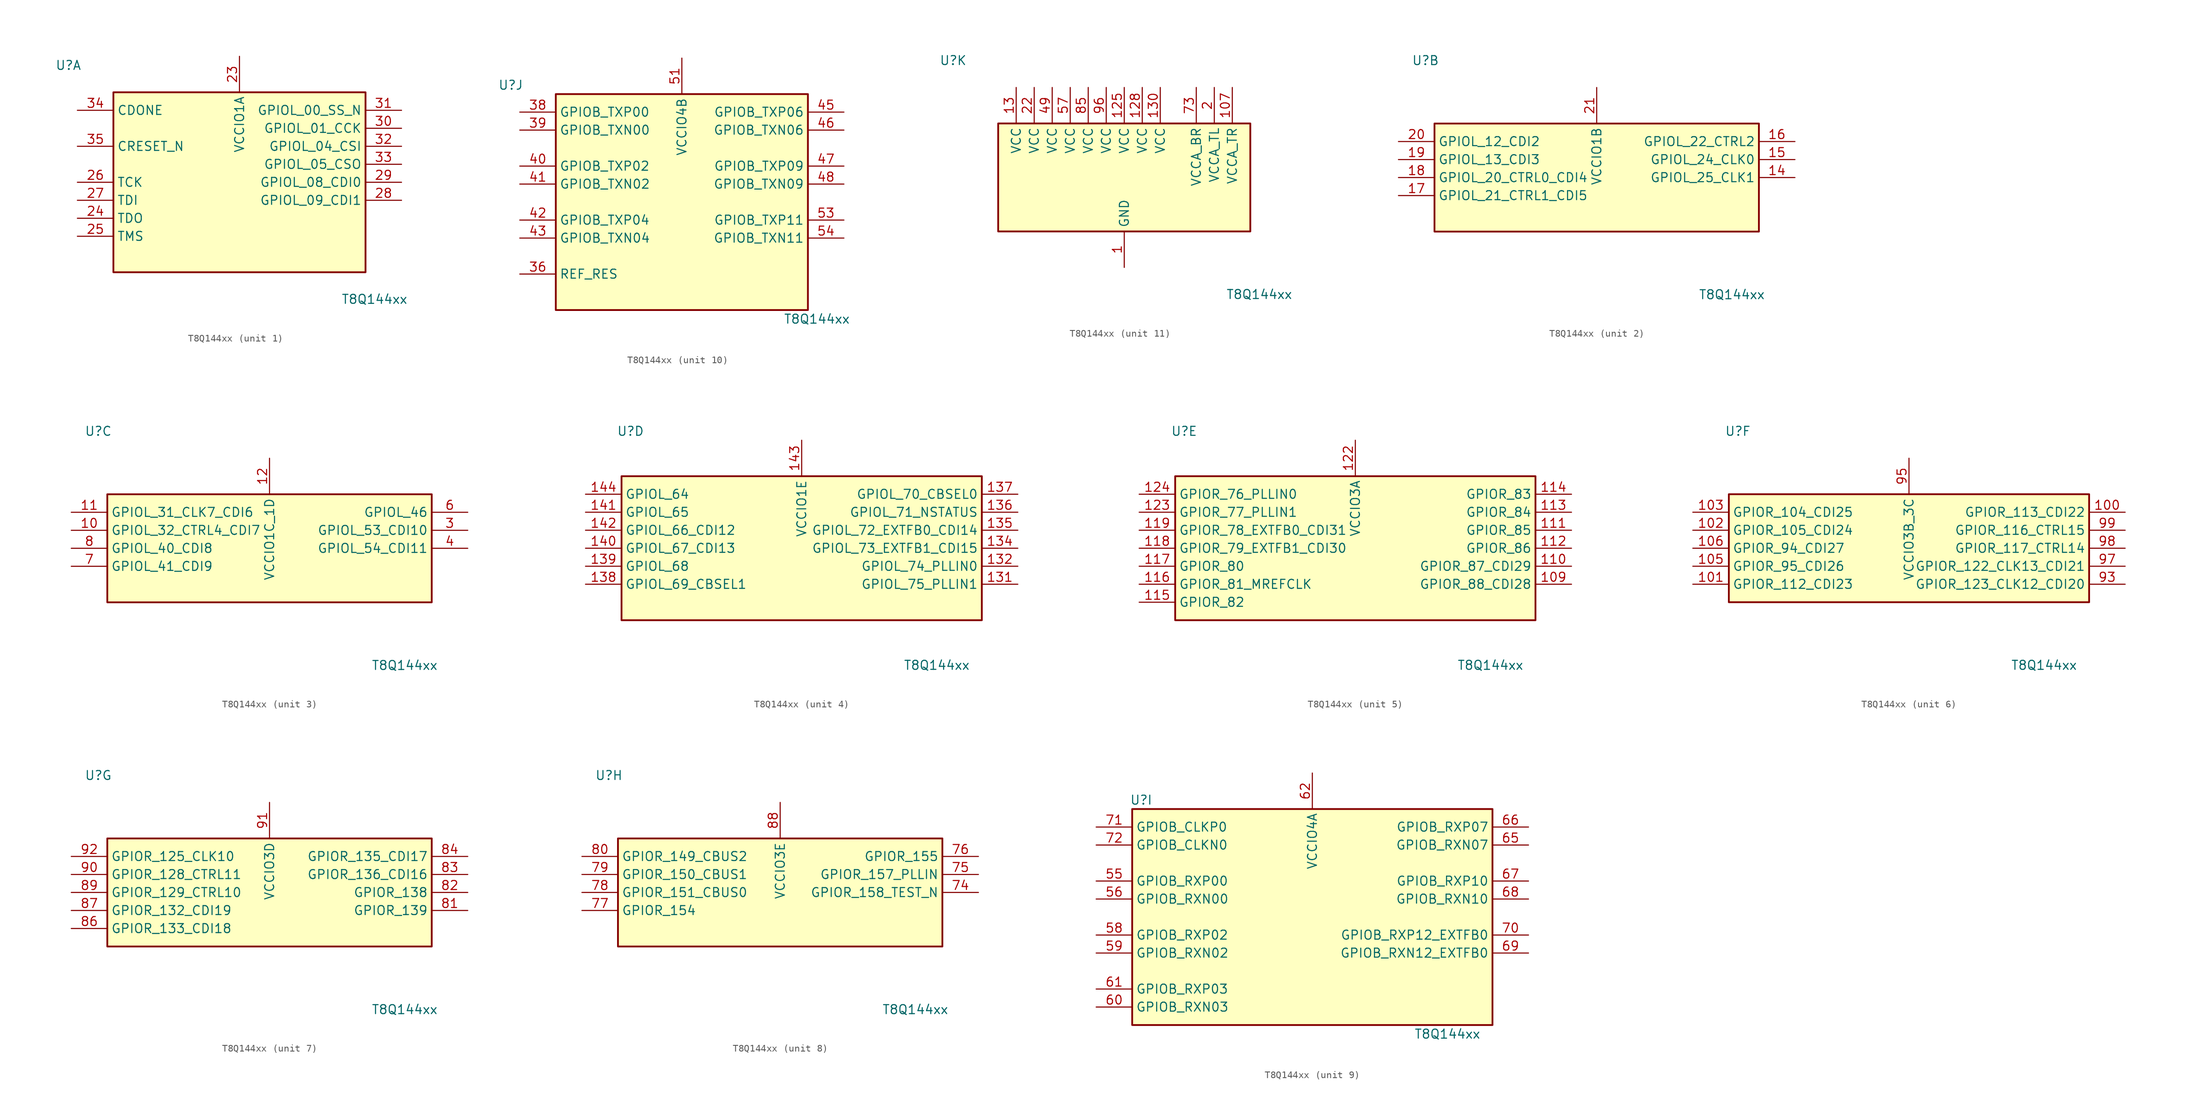
<source format=kicad_sym>
(kicad_symbol_lib
  (version 20241209)
  (generator "kicad_symbol_editor")
  (generator_version "9.0")
  (symbol "T8Q144xx"
    (property "Reference" "U"
      (at -24.13 16.51 0)
      (effects (font (size 1.27 1.27))))
    (property "Value" "T8Q144xx"
      (at 19.05 -16.51 0)
      (effects (font (size 1.27 1.27))))
    (property "ki_locked" ""
      (at 0 0 0)
      (effects (font (size 1.27 1.27))))
    (symbol "T8Q144xx_1_1"
      (rectangle (start -17.78 12.7) (end 17.78 -12.7) (stroke (width 0.254) (type default)) (fill (type background)))
      (pin bidirectional line (at -22.86 10.16 0) (length 5.08) (name "CDONE" (effects (font (size 1.27 1.27)))) (number "34" (effects (font (size 1.27 1.27)))))
      (pin bidirectional line (at -22.86 5.08 0) (length 5.08) (name "CRESET_N" (effects (font (size 1.27 1.27)))) (number "35" (effects (font (size 1.27 1.27)))))
      (pin input line (at -22.86 0 0) (length 5.08) (name "TCK" (effects (font (size 1.27 1.27)))) (number "26" (effects (font (size 1.27 1.27)))))
      (pin input line (at -22.86 -2.54 0) (length 5.08) (name "TDI" (effects (font (size 1.27 1.27)))) (number "27" (effects (font (size 1.27 1.27)))))
      (pin output line (at -22.86 -5.08 0) (length 5.08) (name "TDO" (effects (font (size 1.27 1.27)))) (number "24" (effects (font (size 1.27 1.27)))))
      (pin input line (at -22.86 -7.62 0) (length 5.08) (name "TMS" (effects (font (size 1.27 1.27)))) (number "25" (effects (font (size 1.27 1.27)))))
      (pin power_in line (at 0 17.78 270) (length 5.08) (name "VCCIO1A" (effects (font (size 1.27 1.27)))) (number "23" (effects (font (size 1.27 1.27)))))
      (pin bidirectional line (at 22.86 10.16 180) (length 5.08) (name "GPIOL_00_SS_N" (effects (font (size 1.27 1.27)))) (number "31" (effects (font (size 1.27 1.27)))))
      (pin bidirectional line (at 22.86 7.62 180) (length 5.08) (name "GPIOL_01_CCK" (effects (font (size 1.27 1.27)))) (number "30" (effects (font (size 1.27 1.27)))))
      (pin bidirectional line (at 22.86 5.08 180) (length 5.08) (name "GPIOL_04_CSI" (effects (font (size 1.27 1.27)))) (number "32" (effects (font (size 1.27 1.27)))))
      (pin bidirectional line (at 22.86 2.54 180) (length 5.08) (name "GPIOL_05_CSO" (effects (font (size 1.27 1.27)))) (number "33" (effects (font (size 1.27 1.27)))))
      (pin bidirectional line (at 22.86 0 180) (length 5.08) (name "GPIOL_08_CDI0" (effects (font (size 1.27 1.27)))) (number "29" (effects (font (size 1.27 1.27)))))
      (pin bidirectional line (at 22.86 -2.54 180) (length 5.08) (name "GPIOL_09_CDI1" (effects (font (size 1.27 1.27)))) (number "28" (effects (font (size 1.27 1.27))))))
    (symbol "T8Q144xx_2_1"
      (rectangle (start -22.86 7.62) (end 22.86 -7.62) (stroke (width 0.254) (type default)) (fill (type background)))
      (pin bidirectional line (at -27.94 5.08 0) (length 5.08) (name "GPIOL_12_CDI2" (effects (font (size 1.27 1.27)))) (number "20" (effects (font (size 1.27 1.27)))))
      (pin bidirectional line (at -27.94 2.54 0) (length 5.08) (name "GPIOL_13_CDI3" (effects (font (size 1.27 1.27)))) (number "19" (effects (font (size 1.27 1.27)))))
      (pin bidirectional line (at -27.94 0 0) (length 5.08) (name "GPIOL_20_CTRL0_CDI4" (effects (font (size 1.27 1.27)))) (number "18" (effects (font (size 1.27 1.27)))))
      (pin bidirectional line (at -27.94 -2.54 0) (length 5.08) (name "GPIOL_21_CTRL1_CDI5" (effects (font (size 1.27 1.27)))) (number "17" (effects (font (size 1.27 1.27)))))
      (pin power_in line (at 0 12.7 270) (length 5.08) (name "VCCIO1B" (effects (font (size 1.27 1.27)))) (number "21" (effects (font (size 1.27 1.27)))))
      (pin bidirectional line (at 27.94 5.08 180) (length 5.08) (name "GPIOL_22_CTRL2" (effects (font (size 1.27 1.27)))) (number "16" (effects (font (size 1.27 1.27)))))
      (pin bidirectional line (at 27.94 2.54 180) (length 5.08) (name "GPIOL_24_CLK0" (effects (font (size 1.27 1.27)))) (number "15" (effects (font (size 1.27 1.27)))))
      (pin bidirectional line (at 27.94 0 180) (length 5.08) (name "GPIOL_25_CLK1" (effects (font (size 1.27 1.27)))) (number "14" (effects (font (size 1.27 1.27))))))
    (symbol "T8Q144xx_3_1"
      (rectangle (start -22.86 7.62) (end 22.86 -7.62) (stroke (width 0.254) (type default)) (fill (type background)))
      (pin bidirectional line (at -27.94 5.08 0) (length 5.08) (name "GPIOL_31_CLK7_CDI6" (effects (font (size 1.27 1.27)))) (number "11" (effects (font (size 1.27 1.27)))))
      (pin bidirectional line (at -27.94 2.54 0) (length 5.08) (name "GPIOL_32_CTRL4_CDI7" (effects (font (size 1.27 1.27)))) (number "10" (effects (font (size 1.27 1.27)))))
      (pin bidirectional line (at -27.94 0 0) (length 5.08) (name "GPIOL_40_CDI8" (effects (font (size 1.27 1.27)))) (number "8" (effects (font (size 1.27 1.27)))))
      (pin bidirectional line (at -27.94 -2.54 0) (length 5.08) (name "GPIOL_41_CDI9" (effects (font (size 1.27 1.27)))) (number "7" (effects (font (size 1.27 1.27)))))
      (pin power_in line (at 0 12.7 270) (length 5.08) (name "VCCIO1C_1D" (effects (font (size 1.27 1.27)))) (number "12" (effects (font (size 1.27 1.27)))))
      (pin bidirectional line (at 27.94 5.08 180) (length 5.08) (name "GPIOL_46" (effects (font (size 1.27 1.27)))) (number "6" (effects (font (size 1.27 1.27)))))
      (pin bidirectional line (at 27.94 2.54 180) (length 5.08) (name "GPIOL_53_CDI10" (effects (font (size 1.27 1.27)))) (number "3" (effects (font (size 1.27 1.27)))))
      (pin bidirectional line (at 27.94 0 180) (length 5.08) (name "GPIOL_54_CDI11" (effects (font (size 1.27 1.27)))) (number "4" (effects (font (size 1.27 1.27))))))
    (symbol "T8Q144xx_4_1"
      (rectangle (start -25.4 10.16) (end 25.4 -10.16) (stroke (width 0.254) (type default)) (fill (type background)))
      (pin bidirectional line (at -30.48 7.62 0) (length 5.08) (name "GPIOL_64" (effects (font (size 1.27 1.27)))) (number "144" (effects (font (size 1.27 1.27)))))
      (pin bidirectional line (at -30.48 5.08 0) (length 5.08) (name "GPIOL_65" (effects (font (size 1.27 1.27)))) (number "141" (effects (font (size 1.27 1.27)))))
      (pin bidirectional line (at -30.48 2.54 0) (length 5.08) (name "GPIOL_66_CDI12" (effects (font (size 1.27 1.27)))) (number "142" (effects (font (size 1.27 1.27)))))
      (pin bidirectional line (at -30.48 0 0) (length 5.08) (name "GPIOL_67_CDI13" (effects (font (size 1.27 1.27)))) (number "140" (effects (font (size 1.27 1.27)))))
      (pin bidirectional line (at -30.48 -2.54 0) (length 5.08) (name "GPIOL_68" (effects (font (size 1.27 1.27)))) (number "139" (effects (font (size 1.27 1.27)))))
      (pin bidirectional line (at -30.48 -5.08 0) (length 5.08) (name "GPIOL_69_CBSEL1" (effects (font (size 1.27 1.27)))) (number "138" (effects (font (size 1.27 1.27)))))
      (pin power_in line (at 0 15.24 270) (length 5.08) (name "VCCIO1E" (effects (font (size 1.27 1.27)))) (number "143" (effects (font (size 1.27 1.27)))))
      (pin bidirectional line (at 30.48 7.62 180) (length 5.08) (name "GPIOL_70_CBSEL0" (effects (font (size 1.27 1.27)))) (number "137" (effects (font (size 1.27 1.27)))))
      (pin bidirectional line (at 30.48 5.08 180) (length 5.08) (name "GPIOL_71_NSTATUS" (effects (font (size 1.27 1.27)))) (number "136" (effects (font (size 1.27 1.27)))))
      (pin bidirectional line (at 30.48 2.54 180) (length 5.08) (name "GPIOL_72_EXTFB0_CDI14" (effects (font (size 1.27 1.27)))) (number "135" (effects (font (size 1.27 1.27)))))
      (pin bidirectional line (at 30.48 0 180) (length 5.08) (name "GPIOL_73_EXTFB1_CDI15" (effects (font (size 1.27 1.27)))) (number "134" (effects (font (size 1.27 1.27)))))
      (pin bidirectional line (at 30.48 -2.54 180) (length 5.08) (name "GPIOL_74_PLLIN0" (effects (font (size 1.27 1.27)))) (number "132" (effects (font (size 1.27 1.27)))))
      (pin bidirectional line (at 30.48 -5.08 180) (length 5.08) (name "GPIOL_75_PLLIN1" (effects (font (size 1.27 1.27)))) (number "131" (effects (font (size 1.27 1.27))))))
    (symbol "T8Q144xx_5_1"
      (rectangle (start -25.4 10.16) (end 25.4 -10.16) (stroke (width 0.254) (type default)) (fill (type background)))
      (pin bidirectional line (at -30.48 7.62 0) (length 5.08) (name "GPIOR_76_PLLIN0" (effects (font (size 1.27 1.27)))) (number "124" (effects (font (size 1.27 1.27)))))
      (pin bidirectional line (at -30.48 5.08 0) (length 5.08) (name "GPIOR_77_PLLIN1" (effects (font (size 1.27 1.27)))) (number "123" (effects (font (size 1.27 1.27)))))
      (pin bidirectional line (at -30.48 2.54 0) (length 5.08) (name "GPIOR_78_EXTFB0_CDI31" (effects (font (size 1.27 1.27)))) (number "119" (effects (font (size 1.27 1.27)))))
      (pin bidirectional line (at -30.48 0 0) (length 5.08) (name "GPIOR_79_EXTFB1_CDI30" (effects (font (size 1.27 1.27)))) (number "118" (effects (font (size 1.27 1.27)))))
      (pin bidirectional line (at -30.48 -2.54 0) (length 5.08) (name "GPIOR_80" (effects (font (size 1.27 1.27)))) (number "117" (effects (font (size 1.27 1.27)))))
      (pin bidirectional line (at -30.48 -5.08 0) (length 5.08) (name "GPIOR_81_MREFCLK" (effects (font (size 1.27 1.27)))) (number "116" (effects (font (size 1.27 1.27)))))
      (pin bidirectional line (at -30.48 -7.62 0) (length 5.08) (name "GPIOR_82" (effects (font (size 1.27 1.27)))) (number "115" (effects (font (size 1.27 1.27)))))
      (pin power_in line (at 0 15.24 270) (length 5.08) (name "VCCIO3A" (effects (font (size 1.27 1.27)))) (number "122" (effects (font (size 1.27 1.27)))))
      (pin bidirectional line (at 30.48 7.62 180) (length 5.08) (name "GPIOR_83" (effects (font (size 1.27 1.27)))) (number "114" (effects (font (size 1.27 1.27)))))
      (pin bidirectional line (at 30.48 5.08 180) (length 5.08) (name "GPIOR_84" (effects (font (size 1.27 1.27)))) (number "113" (effects (font (size 1.27 1.27)))))
      (pin bidirectional line (at 30.48 2.54 180) (length 5.08) (name "GPIOR_85" (effects (font (size 1.27 1.27)))) (number "111" (effects (font (size 1.27 1.27)))))
      (pin bidirectional line (at 30.48 0 180) (length 5.08) (name "GPIOR_86" (effects (font (size 1.27 1.27)))) (number "112" (effects (font (size 1.27 1.27)))))
      (pin bidirectional line (at 30.48 -2.54 180) (length 5.08) (name "GPIOR_87_CDI29" (effects (font (size 1.27 1.27)))) (number "110" (effects (font (size 1.27 1.27)))))
      (pin bidirectional line (at 30.48 -5.08 180) (length 5.08) (name "GPIOR_88_CDI28" (effects (font (size 1.27 1.27)))) (number "109" (effects (font (size 1.27 1.27))))))
    (symbol "T8Q144xx_6_1"
      (rectangle (start -25.4 7.62) (end 25.4 -7.62) (stroke (width 0.254) (type default)) (fill (type background)))
      (pin bidirectional line (at -30.48 5.08 0) (length 5.08) (name "GPIOR_104_CDI25" (effects (font (size 1.27 1.27)))) (number "103" (effects (font (size 1.27 1.27)))))
      (pin bidirectional line (at -30.48 2.54 0) (length 5.08) (name "GPIOR_105_CDI24" (effects (font (size 1.27 1.27)))) (number "102" (effects (font (size 1.27 1.27)))))
      (pin bidirectional line (at -30.48 0 0) (length 5.08) (name "GPIOR_94_CDI27" (effects (font (size 1.27 1.27)))) (number "106" (effects (font (size 1.27 1.27)))))
      (pin bidirectional line (at -30.48 -2.54 0) (length 5.08) (name "GPIOR_95_CDI26" (effects (font (size 1.27 1.27)))) (number "105" (effects (font (size 1.27 1.27)))))
      (pin bidirectional line (at -30.48 -5.08 0) (length 5.08) (name "GPIOR_112_CDI23" (effects (font (size 1.27 1.27)))) (number "101" (effects (font (size 1.27 1.27)))))
      (pin power_in line (at 0 12.7 270) (length 5.08) (name "VCCIO3B_3C" (effects (font (size 1.27 1.27)))) (number "95" (effects (font (size 1.27 1.27)))))
      (pin bidirectional line (at 30.48 5.08 180) (length 5.08) (name "GPIOR_113_CDI22" (effects (font (size 1.27 1.27)))) (number "100" (effects (font (size 1.27 1.27)))))
      (pin bidirectional line (at 30.48 2.54 180) (length 5.08) (name "GPIOR_116_CTRL15" (effects (font (size 1.27 1.27)))) (number "99" (effects (font (size 1.27 1.27)))))
      (pin bidirectional line (at 30.48 0 180) (length 5.08) (name "GPIOR_117_CTRL14" (effects (font (size 1.27 1.27)))) (number "98" (effects (font (size 1.27 1.27)))))
      (pin bidirectional line (at 30.48 -2.54 180) (length 5.08) (name "GPIOR_122_CLK13_CDI21" (effects (font (size 1.27 1.27)))) (number "97" (effects (font (size 1.27 1.27)))))
      (pin bidirectional line (at 30.48 -5.08 180) (length 5.08) (name "GPIOR_123_CLK12_CDI20" (effects (font (size 1.27 1.27)))) (number "93" (effects (font (size 1.27 1.27))))))
    (symbol "T8Q144xx_7_1"
      (rectangle (start -22.86 7.62) (end 22.86 -7.62) (stroke (width 0.254) (type default)) (fill (type background)))
      (pin bidirectional line (at -27.94 5.08 0) (length 5.08) (name "GPIOR_125_CLK10" (effects (font (size 1.27 1.27)))) (number "92" (effects (font (size 1.27 1.27)))))
      (pin bidirectional line (at -27.94 2.54 0) (length 5.08) (name "GPIOR_128_CTRL11" (effects (font (size 1.27 1.27)))) (number "90" (effects (font (size 1.27 1.27)))))
      (pin bidirectional line (at -27.94 0 0) (length 5.08) (name "GPIOR_129_CTRL10" (effects (font (size 1.27 1.27)))) (number "89" (effects (font (size 1.27 1.27)))))
      (pin bidirectional line (at -27.94 -2.54 0) (length 5.08) (name "GPIOR_132_CDI19" (effects (font (size 1.27 1.27)))) (number "87" (effects (font (size 1.27 1.27)))))
      (pin bidirectional line (at -27.94 -5.08 0) (length 5.08) (name "GPIOR_133_CDI18" (effects (font (size 1.27 1.27)))) (number "86" (effects (font (size 1.27 1.27)))))
      (pin power_in line (at 0 12.7 270) (length 5.08) (name "VCCIO3D" (effects (font (size 1.27 1.27)))) (number "91" (effects (font (size 1.27 1.27)))))
      (pin bidirectional line (at 27.94 5.08 180) (length 5.08) (name "GPIOR_135_CDI17" (effects (font (size 1.27 1.27)))) (number "84" (effects (font (size 1.27 1.27)))))
      (pin bidirectional line (at 27.94 2.54 180) (length 5.08) (name "GPIOR_136_CDI16" (effects (font (size 1.27 1.27)))) (number "83" (effects (font (size 1.27 1.27)))))
      (pin bidirectional line (at 27.94 0 180) (length 5.08) (name "GPIOR_138" (effects (font (size 1.27 1.27)))) (number "82" (effects (font (size 1.27 1.27)))))
      (pin bidirectional line (at 27.94 -2.54 180) (length 5.08) (name "GPIOR_139" (effects (font (size 1.27 1.27)))) (number "81" (effects (font (size 1.27 1.27))))))
    (symbol "T8Q144xx_8_1"
      (rectangle (start -22.86 7.62) (end 22.86 -7.62) (stroke (width 0.254) (type default)) (fill (type background)))
      (pin bidirectional line (at -27.94 5.08 0) (length 5.08) (name "GPIOR_149_CBUS2" (effects (font (size 1.27 1.27)))) (number "80" (effects (font (size 1.27 1.27)))))
      (pin bidirectional line (at -27.94 2.54 0) (length 5.08) (name "GPIOR_150_CBUS1" (effects (font (size 1.27 1.27)))) (number "79" (effects (font (size 1.27 1.27)))))
      (pin bidirectional line (at -27.94 0 0) (length 5.08) (name "GPIOR_151_CBUS0" (effects (font (size 1.27 1.27)))) (number "78" (effects (font (size 1.27 1.27)))))
      (pin bidirectional line (at -27.94 -2.54 0) (length 5.08) (name "GPIOR_154" (effects (font (size 1.27 1.27)))) (number "77" (effects (font (size 1.27 1.27)))))
      (pin power_in line (at 0 12.7 270) (length 5.08) (name "VCCIO3E" (effects (font (size 1.27 1.27)))) (number "88" (effects (font (size 1.27 1.27)))))
      (pin bidirectional line (at 27.94 5.08 180) (length 5.08) (name "GPIOR_155" (effects (font (size 1.27 1.27)))) (number "76" (effects (font (size 1.27 1.27)))))
      (pin bidirectional line (at 27.94 2.54 180) (length 5.08) (name "GPIOR_157_PLLIN" (effects (font (size 1.27 1.27)))) (number "75" (effects (font (size 1.27 1.27)))))
      (pin bidirectional line (at 27.94 0 180) (length 5.08) (name "GPIOR_158_TEST_N" (effects (font (size 1.27 1.27)))) (number "74" (effects (font (size 1.27 1.27))))))
    (symbol "T8Q144xx_9_1"
      (rectangle (start -25.4 15.24) (end 25.4 -15.24) (stroke (width 0.254) (type default)) (fill (type background)))
      (pin bidirectional line (at -30.48 12.7 0) (length 5.08) (name "GPIOB_CLKP0" (effects (font (size 1.27 1.27)))) (number "71" (effects (font (size 1.27 1.27)))))
      (pin bidirectional line (at -30.48 10.16 0) (length 5.08) (name "GPIOB_CLKN0" (effects (font (size 1.27 1.27)))) (number "72" (effects (font (size 1.27 1.27)))))
      (pin bidirectional line (at -30.48 5.08 0) (length 5.08) (name "GPIOB_RXP00" (effects (font (size 1.27 1.27)))) (number "55" (effects (font (size 1.27 1.27)))))
      (pin bidirectional line (at -30.48 2.54 0) (length 5.08) (name "GPIOB_RXN00" (effects (font (size 1.27 1.27)))) (number "56" (effects (font (size 1.27 1.27)))))
      (pin bidirectional line (at -30.48 -2.54 0) (length 5.08) (name "GPIOB_RXP02" (effects (font (size 1.27 1.27)))) (number "58" (effects (font (size 1.27 1.27)))))
      (pin bidirectional line (at -30.48 -5.08 0) (length 5.08) (name "GPIOB_RXN02" (effects (font (size 1.27 1.27)))) (number "59" (effects (font (size 1.27 1.27)))))
      (pin bidirectional line (at -30.48 -10.16 0) (length 5.08) (name "GPIOB_RXP03" (effects (font (size 1.27 1.27)))) (number "61" (effects (font (size 1.27 1.27)))))
      (pin bidirectional line (at -30.48 -12.7 0) (length 5.08) (name "GPIOB_RXN03" (effects (font (size 1.27 1.27)))) (number "60" (effects (font (size 1.27 1.27)))))
      (pin power_in line (at 0 20.32 270) (length 5.08) (name "VCCIO4A" (effects (font (size 1.27 1.27)))) (number "62" (effects (font (size 1.27 1.27)))))
      (pin passive line (at 0 20.32 270) (length 5.08) (hide yes) (name "VCCIO4A" (effects (font (size 1.27 1.27)))) (number "63" (effects (font (size 1.27 1.27)))))
      (pin bidirectional line (at 30.48 12.7 180) (length 5.08) (name "GPIOB_RXP07" (effects (font (size 1.27 1.27)))) (number "66" (effects (font (size 1.27 1.27)))))
      (pin bidirectional line (at 30.48 10.16 180) (length 5.08) (name "GPIOB_RXN07" (effects (font (size 1.27 1.27)))) (number "65" (effects (font (size 1.27 1.27)))))
      (pin bidirectional line (at 30.48 5.08 180) (length 5.08) (name "GPIOB_RXP10" (effects (font (size 1.27 1.27)))) (number "67" (effects (font (size 1.27 1.27)))))
      (pin bidirectional line (at 30.48 2.54 180) (length 5.08) (name "GPIOB_RXN10" (effects (font (size 1.27 1.27)))) (number "68" (effects (font (size 1.27 1.27)))))
      (pin bidirectional line (at 30.48 -2.54 180) (length 5.08) (name "GPIOB_RXP12_EXTFB0" (effects (font (size 1.27 1.27)))) (number "70" (effects (font (size 1.27 1.27)))))
      (pin bidirectional line (at 30.48 -5.08 180) (length 5.08) (name "GPIOB_RXN12_EXTFB0" (effects (font (size 1.27 1.27)))) (number "69" (effects (font (size 1.27 1.27))))))
    (symbol "T8Q144xx_10_1"
      (rectangle (start -17.78 15.24) (end 17.78 -15.24) (stroke (width 0.254) (type default)) (fill (type background)))
      (pin bidirectional line (at -22.86 12.7 0) (length 5.08) (name "GPIOB_TXP00" (effects (font (size 1.27 1.27)))) (number "38" (effects (font (size 1.27 1.27)))))
      (pin bidirectional line (at -22.86 10.16 0) (length 5.08) (name "GPIOB_TXN00" (effects (font (size 1.27 1.27)))) (number "39" (effects (font (size 1.27 1.27)))))
      (pin bidirectional line (at -22.86 5.08 0) (length 5.08) (name "GPIOB_TXP02" (effects (font (size 1.27 1.27)))) (number "40" (effects (font (size 1.27 1.27)))))
      (pin bidirectional line (at -22.86 2.54 0) (length 5.08) (name "GPIOB_TXN02" (effects (font (size 1.27 1.27)))) (number "41" (effects (font (size 1.27 1.27)))))
      (pin bidirectional line (at -22.86 -2.54 0) (length 5.08) (name "GPIOB_TXP04" (effects (font (size 1.27 1.27)))) (number "42" (effects (font (size 1.27 1.27)))))
      (pin bidirectional line (at -22.86 -5.08 0) (length 5.08) (name "GPIOB_TXN04" (effects (font (size 1.27 1.27)))) (number "43" (effects (font (size 1.27 1.27)))))
      (pin passive line (at -22.86 -10.16 0) (length 5.08) (name "REF_RES" (effects (font (size 1.27 1.27)))) (number "36" (effects (font (size 1.27 1.27)))))
      (pin power_in line (at 0 20.32 270) (length 5.08) (name "VCCIO4B" (effects (font (size 1.27 1.27)))) (number "51" (effects (font (size 1.27 1.27)))))
      (pin passive line (at 0 20.32 270) (length 5.08) (hide yes) (name "VCCIO4B" (effects (font (size 1.27 1.27)))) (number "52" (effects (font (size 1.27 1.27)))))
      (pin bidirectional line (at 22.86 12.7 180) (length 5.08) (name "GPIOB_TXP06" (effects (font (size 1.27 1.27)))) (number "45" (effects (font (size 1.27 1.27)))))
      (pin bidirectional line (at 22.86 10.16 180) (length 5.08) (name "GPIOB_TXN06" (effects (font (size 1.27 1.27)))) (number "46" (effects (font (size 1.27 1.27)))))
      (pin bidirectional line (at 22.86 5.08 180) (length 5.08) (name "GPIOB_TXP09" (effects (font (size 1.27 1.27)))) (number "47" (effects (font (size 1.27 1.27)))))
      (pin bidirectional line (at 22.86 2.54 180) (length 5.08) (name "GPIOB_TXN09" (effects (font (size 1.27 1.27)))) (number "48" (effects (font (size 1.27 1.27)))))
      (pin bidirectional line (at 22.86 -2.54 180) (length 5.08) (name "GPIOB_TXP11" (effects (font (size 1.27 1.27)))) (number "53" (effects (font (size 1.27 1.27)))))
      (pin bidirectional line (at 22.86 -5.08 180) (length 5.08) (name "GPIOB_TXN11" (effects (font (size 1.27 1.27)))) (number "54" (effects (font (size 1.27 1.27))))))
    (symbol "T8Q144xx_11_1"
      (rectangle (start -17.78 7.62) (end 17.78 -7.62) (stroke (width 0.254) (type default)) (fill (type background)))
      (pin power_in line (at -15.24 12.7 270) (length 5.08) (name "VCC" (effects (font (size 1.27 1.27)))) (number "13" (effects (font (size 1.27 1.27)))))
      (pin power_in line (at -12.7 12.7 270) (length 5.08) (name "VCC" (effects (font (size 1.27 1.27)))) (number "22" (effects (font (size 1.27 1.27)))))
      (pin power_in line (at -10.16 12.7 270) (length 5.08) (name "VCC" (effects (font (size 1.27 1.27)))) (number "49" (effects (font (size 1.27 1.27)))))
      (pin power_in line (at -7.62 12.7 270) (length 5.08) (name "VCC" (effects (font (size 1.27 1.27)))) (number "57" (effects (font (size 1.27 1.27)))))
      (pin power_in line (at -5.08 12.7 270) (length 5.08) (name "VCC" (effects (font (size 1.27 1.27)))) (number "85" (effects (font (size 1.27 1.27)))))
      (pin power_in line (at -2.54 12.7 270) (length 5.08) (name "VCC" (effects (font (size 1.27 1.27)))) (number "96" (effects (font (size 1.27 1.27)))))
      (pin power_in line (at 0 12.7 270) (length 5.08) (name "VCC" (effects (font (size 1.27 1.27)))) (number "125" (effects (font (size 1.27 1.27)))))
      (pin power_in line (at 0 -12.7 90) (length 5.08) (name "GND" (effects (font (size 1.27 1.27)))) (number "1" (effects (font (size 1.27 1.27)))))
      (pin passive line (at 0 -12.7 90) (length 5.08) (hide yes) (name "GND" (effects (font (size 1.27 1.27)))) (number "104" (effects (font (size 1.27 1.27)))))
      (pin passive line (at 0 -12.7 90) (length 5.08) (hide yes) (name "GND" (effects (font (size 1.27 1.27)))) (number "108" (effects (font (size 1.27 1.27)))))
      (pin passive line (at 0 -12.7 90) (length 5.08) (hide yes) (name "GND" (effects (font (size 1.27 1.27)))) (number "120" (effects (font (size 1.27 1.27)))))
      (pin passive line (at 0 -12.7 90) (length 5.08) (hide yes) (name "GND" (effects (font (size 1.27 1.27)))) (number "121" (effects (font (size 1.27 1.27)))))
      (pin passive line (at 0 -12.7 90) (length 5.08) (hide yes) (name "GND" (effects (font (size 1.27 1.27)))) (number "126" (effects (font (size 1.27 1.27)))))
      (pin passive line (at 0 -12.7 90) (length 5.08) (hide yes) (name "GND" (effects (font (size 1.27 1.27)))) (number "127" (effects (font (size 1.27 1.27)))))
      (pin passive line (at 0 -12.7 90) (length 5.08) (hide yes) (name "GND" (effects (font (size 1.27 1.27)))) (number "129" (effects (font (size 1.27 1.27)))))
      (pin passive line (at 0 -12.7 90) (length 5.08) (hide yes) (name "GND" (effects (font (size 1.27 1.27)))) (number "133" (effects (font (size 1.27 1.27)))))
      (pin passive line (at 0 -12.7 90) (length 5.08) (hide yes) (name "GND" (effects (font (size 1.27 1.27)))) (number "37" (effects (font (size 1.27 1.27)))))
      (pin passive line (at 0 -12.7 90) (length 5.08) (hide yes) (name "GND" (effects (font (size 1.27 1.27)))) (number "44" (effects (font (size 1.27 1.27)))))
      (pin passive line (at 0 -12.7 90) (length 5.08) (hide yes) (name "GND" (effects (font (size 1.27 1.27)))) (number "5" (effects (font (size 1.27 1.27)))))
      (pin passive line (at 0 -12.7 90) (length 5.08) (hide yes) (name "GND" (effects (font (size 1.27 1.27)))) (number "50" (effects (font (size 1.27 1.27)))))
      (pin passive line (at 0 -12.7 90) (length 5.08) (hide yes) (name "GND" (effects (font (size 1.27 1.27)))) (number "64" (effects (font (size 1.27 1.27)))))
      (pin passive line (at 0 -12.7 90) (length 5.08) (hide yes) (name "GND" (effects (font (size 1.27 1.27)))) (number "9" (effects (font (size 1.27 1.27)))))
      (pin passive line (at 0 -12.7 90) (length 5.08) (hide yes) (name "GND" (effects (font (size 1.27 1.27)))) (number "94" (effects (font (size 1.27 1.27)))))
      (pin power_in line (at 2.54 12.7 270) (length 5.08) (name "VCC" (effects (font (size 1.27 1.27)))) (number "128" (effects (font (size 1.27 1.27)))))
      (pin power_in line (at 5.08 12.7 270) (length 5.08) (name "VCC" (effects (font (size 1.27 1.27)))) (number "130" (effects (font (size 1.27 1.27)))))
      (pin power_in line (at 10.16 12.7 270) (length 5.08) (name "VCCA_BR" (effects (font (size 1.27 1.27)))) (number "73" (effects (font (size 1.27 1.27)))))
      (pin power_in line (at 12.7 12.7 270) (length 5.08) (name "VCCA_TL" (effects (font (size 1.27 1.27)))) (number "2" (effects (font (size 1.27 1.27)))))
      (pin power_in line (at 15.24 12.7 270) (length 5.08) (name "VCCA_TR" (effects (font (size 1.27 1.27)))) (number "107" (effects (font (size 1.27 1.27))))))))
</source>
